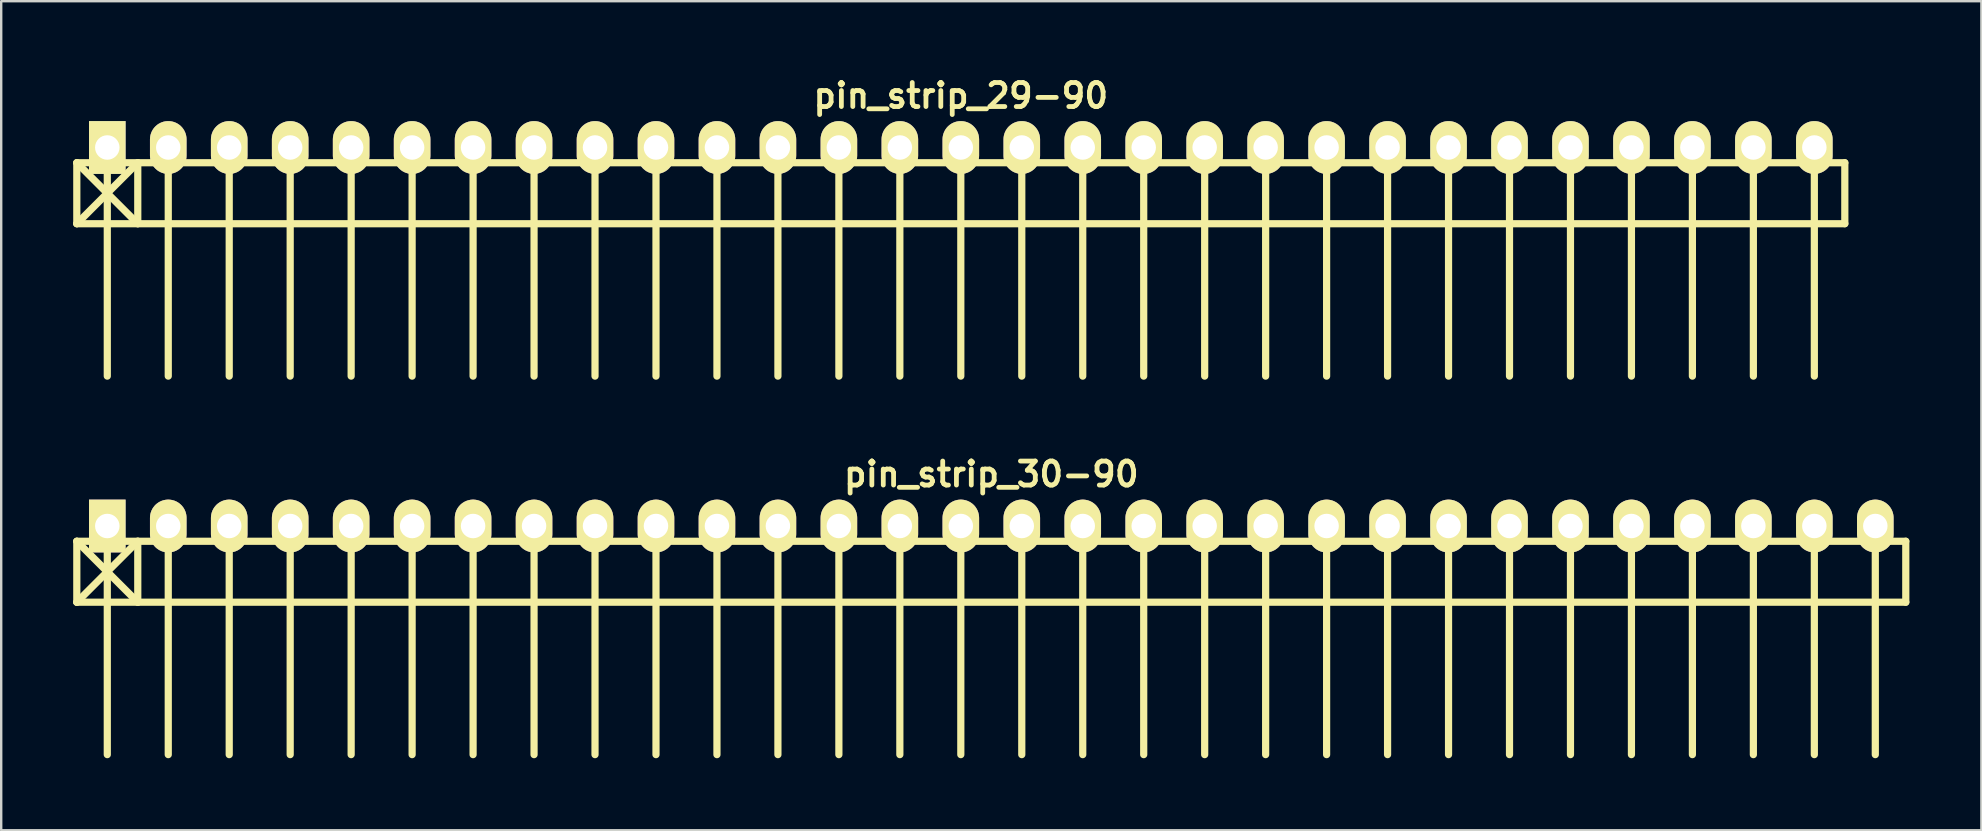
<source format=kicad_pcb>
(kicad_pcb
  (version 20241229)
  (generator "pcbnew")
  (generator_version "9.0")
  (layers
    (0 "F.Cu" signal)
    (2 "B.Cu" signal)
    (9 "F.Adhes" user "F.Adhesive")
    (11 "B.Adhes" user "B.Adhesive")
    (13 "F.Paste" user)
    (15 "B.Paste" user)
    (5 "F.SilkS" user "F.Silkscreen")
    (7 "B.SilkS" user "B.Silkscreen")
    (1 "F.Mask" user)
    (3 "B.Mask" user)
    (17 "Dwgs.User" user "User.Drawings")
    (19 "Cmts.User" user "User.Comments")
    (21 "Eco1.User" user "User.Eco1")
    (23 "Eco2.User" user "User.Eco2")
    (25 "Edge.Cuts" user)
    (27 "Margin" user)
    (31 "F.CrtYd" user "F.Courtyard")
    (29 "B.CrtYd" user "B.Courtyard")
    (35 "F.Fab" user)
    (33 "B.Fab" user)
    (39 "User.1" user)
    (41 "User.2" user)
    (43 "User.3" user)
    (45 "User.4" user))
  (footprint "pin_strip_29-90"
    (layer "F.Cu")
    (at 36.98 3.095)
    (property "Reference" "pin_strip_29-90" (at 0 -2.159 0) (layer "F.SilkS") (effects (font (size 1 1) (thickness 0.2))))
    (attr through_hole)
    (fp_line (start -36.83 0.635) (end 36.83 0.635) (stroke (width 0.3) (type solid)) (layer "F.SilkS"))
    (fp_line (start -36.83 3.175) (end -36.83 0.635) (stroke (width 0.3) (type solid)) (layer "F.SilkS"))
    (fp_line (start -36.83 3.175) (end -34.29 0.635) (stroke (width 0.3) (type solid)) (layer "F.SilkS"))
    (fp_line (start -35.56 0) (end -35.56 9.525) (stroke (width 0.3) (type solid)) (layer "F.SilkS"))
    (fp_line (start -34.29 0.635) (end -34.29 3.175) (stroke (width 0.3) (type solid)) (layer "F.SilkS"))
    (fp_line (start -34.29 3.175) (end -36.83 0.635) (stroke (width 0.3) (type solid)) (layer "F.SilkS"))
    (fp_line (start -33.02 0) (end -33.02 9.525) (stroke (width 0.3) (type solid)) (layer "F.SilkS"))
    (fp_line (start -30.48 9.525) (end -30.48 0) (stroke (width 0.3) (type solid)) (layer "F.SilkS"))
    (fp_line (start -27.94 0) (end -27.94 9.525) (stroke (width 0.3) (type solid)) (layer "F.SilkS"))
    (fp_line (start -25.4 0) (end -25.4 9.525) (stroke (width 0.3) (type solid)) (layer "F.SilkS"))
    (fp_line (start -22.86 0) (end -22.86 9.525) (stroke (width 0.3) (type solid)) (layer "F.SilkS"))
    (fp_line (start -20.32 0) (end -20.32 9.525) (stroke (width 0.3) (type solid)) (layer "F.SilkS"))
    (fp_line (start -17.78 0) (end -17.78 9.525) (stroke (width 0.3) (type solid)) (layer "F.SilkS"))
    (fp_line (start -15.24 0) (end -15.24 9.525) (stroke (width 0.3) (type solid)) (layer "F.SilkS"))
    (fp_line (start -12.7 0) (end -12.7 9.525) (stroke (width 0.3) (type solid)) (layer "F.SilkS"))
    (fp_line (start -10.16 0) (end -10.16 9.525) (stroke (width 0.3) (type solid)) (layer "F.SilkS"))
    (fp_line (start -7.62 0) (end -7.62 9.525) (stroke (width 0.3) (type solid)) (layer "F.SilkS"))
    (fp_line (start -5.08 9.525) (end -5.08 0) (stroke (width 0.3) (type solid)) (layer "F.SilkS"))
    (fp_line (start -2.54 0) (end -2.54 9.525) (stroke (width 0.3) (type solid)) (layer "F.SilkS"))
    (fp_line (start 0 0) (end 0 9.525) (stroke (width 0.3) (type solid)) (layer "F.SilkS"))
    (fp_line (start 2.54 0) (end 2.54 9.525) (stroke (width 0.3) (type solid)) (layer "F.SilkS"))
    (fp_line (start 5.08 0) (end 5.08 9.525) (stroke (width 0.3) (type solid)) (layer "F.SilkS"))
    (fp_line (start 7.62 0) (end 7.62 9.525) (stroke (width 0.3) (type solid)) (layer "F.SilkS"))
    (fp_line (start 10.16 0) (end 10.16 9.525) (stroke (width 0.3) (type solid)) (layer "F.SilkS"))
    (fp_line (start 12.7 0) (end 12.7 9.525) (stroke (width 0.3) (type solid)) (layer "F.SilkS"))
    (fp_line (start 15.24 0) (end 15.24 9.525) (stroke (width 0.3) (type solid)) (layer "F.SilkS"))
    (fp_line (start 17.78 0) (end 17.78 9.525) (stroke (width 0.3) (type solid)) (layer "F.SilkS"))
    (fp_line (start 20.32 9.525) (end 20.32 0) (stroke (width 0.3) (type solid)) (layer "F.SilkS"))
    (fp_line (start 22.86 0) (end 22.86 9.525) (stroke (width 0.3) (type solid)) (layer "F.SilkS"))
    (fp_line (start 25.4 0) (end 25.4 9.525) (stroke (width 0.3) (type solid)) (layer "F.SilkS"))
    (fp_line (start 27.94 0) (end 27.94 9.525) (stroke (width 0.3) (type solid)) (layer "F.SilkS"))
    (fp_line (start 30.48 0) (end 30.48 9.525) (stroke (width 0.3) (type solid)) (layer "F.SilkS"))
    (fp_line (start 33.02 0) (end 33.02 9.525) (stroke (width 0.3) (type solid)) (layer "F.SilkS"))
    (fp_line (start 35.56 0) (end 35.56 9.525) (stroke (width 0.3) (type solid)) (layer "F.SilkS"))
    (fp_line (start 36.83 0.635) (end 36.83 3.175) (stroke (width 0.3) (type solid)) (layer "F.SilkS"))
    (fp_line (start 36.83 3.175) (end -36.83 3.175) (stroke (width 0.3) (type solid)) (layer "F.SilkS"))
    (pad "1" thru_hole rect (at -35.56 0) (size 1.524 2.2) (drill 1.02) (layers "*.Cu" "*.Mask" "F.SilkS"))
    (pad "2" thru_hole oval (at -33.02 0) (size 1.524 2.2) (drill 1.02) (layers "*.Cu" "*.Mask" "F.SilkS"))
    (pad "3" thru_hole oval (at -30.48 0) (size 1.524 2.2) (drill 1.02) (layers "*.Cu" "*.Mask" "F.SilkS"))
    (pad "4" thru_hole oval (at -27.94 0) (size 1.524 2.2) (drill 1.02) (layers "*.Cu" "*.Mask" "F.SilkS"))
    (pad "5" thru_hole oval (at -25.4 0) (size 1.524 2.2) (drill 1.02) (layers "*.Cu" "*.Mask" "F.SilkS"))
    (pad "6" thru_hole oval (at -22.86 0) (size 1.524 2.2) (drill 1.02) (layers "*.Cu" "*.Mask" "F.SilkS"))
    (pad "7" thru_hole oval (at -20.32 0) (size 1.524 2.2) (drill 1.02) (layers "*.Cu" "*.Mask" "F.SilkS"))
    (pad "8" thru_hole oval (at -17.78 0) (size 1.524 2.2) (drill 1.02) (layers "*.Cu" "*.Mask" "F.SilkS"))
    (pad "9" thru_hole oval (at -15.24 0) (size 1.524 2.2) (drill 1.02) (layers "*.Cu" "*.Mask" "F.SilkS"))
    (pad "10" thru_hole oval (at -12.7 0) (size 1.524 2.2) (drill 1.02) (layers "*.Cu" "*.Mask" "F.SilkS"))
    (pad "11" thru_hole oval (at -10.16 0) (size 1.524 2.2) (drill 1.02) (layers "*.Cu" "*.Mask" "F.SilkS"))
    (pad "12" thru_hole oval (at -7.62 0) (size 1.524 2.2) (drill 1.02) (layers "*.Cu" "*.Mask" "F.SilkS"))
    (pad "13" thru_hole oval (at -5.08 0) (size 1.524 2.2) (drill 1.02) (layers "*.Cu" "*.Mask" "F.SilkS"))
    (pad "14" thru_hole oval (at -2.54 0) (size 1.524 2.2) (drill 1.02) (layers "*.Cu" "*.Mask" "F.SilkS"))
    (pad "15" thru_hole oval (at 0 0) (size 1.524 2.2) (drill 1.02) (layers "*.Cu" "*.Mask" "F.SilkS"))
    (pad "16" thru_hole oval (at 2.54 0) (size 1.524 2.2) (drill 1.02) (layers "*.Cu" "*.Mask" "F.SilkS"))
    (pad "17" thru_hole oval (at 5.08 0) (size 1.524 2.2) (drill 1.02) (layers "*.Cu" "*.Mask" "F.SilkS"))
    (pad "18" thru_hole oval (at 7.62 0) (size 1.524 2.2) (drill 1.02) (layers "*.Cu" "*.Mask" "F.SilkS"))
    (pad "19" thru_hole oval (at 10.16 0) (size 1.524 2.2) (drill 1.02) (layers "*.Cu" "*.Mask" "F.SilkS"))
    (pad "20" thru_hole oval (at 12.7 0) (size 1.524 2.2) (drill 1.02) (layers "*.Cu" "*.Mask" "F.SilkS"))
    (pad "21" thru_hole oval (at 15.24 0) (size 1.524 2.2) (drill 1.02) (layers "*.Cu" "*.Mask" "F.SilkS"))
    (pad "22" thru_hole oval (at 17.78 0) (size 1.524 2.2) (drill 1.02) (layers "*.Cu" "*.Mask" "F.SilkS"))
    (pad "23" thru_hole oval (at 20.32 0) (size 1.524 2.2) (drill 1.02) (layers "*.Cu" "*.Mask" "F.SilkS"))
    (pad "24" thru_hole oval (at 22.86 0) (size 1.524 2.2) (drill 1.02) (layers "*.Cu" "*.Mask" "F.SilkS"))
    (pad "25" thru_hole oval (at 25.4 0) (size 1.524 2.2) (drill 1.02) (layers "*.Cu" "*.Mask" "F.SilkS"))
    (pad "26" thru_hole oval (at 27.94 0) (size 1.524 2.2) (drill 1.02) (layers "*.Cu" "*.Mask" "F.SilkS"))
    (pad "27" thru_hole oval (at 30.48 0) (size 1.524 2.2) (drill 1.02) (layers "*.Cu" "*.Mask" "F.SilkS"))
    (pad "28" thru_hole oval (at 33.02 0) (size 1.524 2.2) (drill 1.02) (layers "*.Cu" "*.Mask" "F.SilkS"))
    (pad "29" thru_hole oval (at 35.56 0) (size 1.524 2.2) (drill 1.02) (layers "*.Cu" "*.Mask" "F.SilkS")))
  (footprint "pin_strip_30-90"
    (layer "F.Cu")
    (at 38.25 18.865)
    (property "Reference" "pin_strip_30-90" (at 0 -2.159 0) (layer "F.SilkS") (effects (font (size 1 1) (thickness 0.2))))
    (attr through_hole)
    (fp_line (start -38.1 0.635) (end 38.1 0.635) (stroke (width 0.3) (type solid)) (layer "F.SilkS"))
    (fp_line (start -38.1 3.175) (end -38.1 0.635) (stroke (width 0.3) (type solid)) (layer "F.SilkS"))
    (fp_line (start -38.1 3.175) (end -35.56 0.635) (stroke (width 0.3) (type solid)) (layer "F.SilkS"))
    (fp_line (start -36.83 0) (end -36.83 9.525) (stroke (width 0.3) (type solid)) (layer "F.SilkS"))
    (fp_line (start -35.56 0.635) (end -35.56 3.175) (stroke (width 0.3) (type solid)) (layer "F.SilkS"))
    (fp_line (start -35.56 3.175) (end -38.1 0.635) (stroke (width 0.3) (type solid)) (layer "F.SilkS"))
    (fp_line (start -34.29 0) (end -34.29 9.525) (stroke (width 0.3) (type solid)) (layer "F.SilkS"))
    (fp_line (start -31.75 9.525) (end -31.75 0) (stroke (width 0.3) (type solid)) (layer "F.SilkS"))
    (fp_line (start -29.21 0) (end -29.21 9.525) (stroke (width 0.3) (type solid)) (layer "F.SilkS"))
    (fp_line (start -26.67 0) (end -26.67 9.525) (stroke (width 0.3) (type solid)) (layer "F.SilkS"))
    (fp_line (start -24.13 0) (end -24.13 9.525) (stroke (width 0.3) (type solid)) (layer "F.SilkS"))
    (fp_line (start -21.59 0) (end -21.59 9.525) (stroke (width 0.3) (type solid)) (layer "F.SilkS"))
    (fp_line (start -19.05 0) (end -19.05 9.525) (stroke (width 0.3) (type solid)) (layer "F.SilkS"))
    (fp_line (start -16.51 0) (end -16.51 9.525) (stroke (width 0.3) (type solid)) (layer "F.SilkS"))
    (fp_line (start -13.97 0) (end -13.97 9.525) (stroke (width 0.3) (type solid)) (layer "F.SilkS"))
    (fp_line (start -11.43 0) (end -11.43 9.525) (stroke (width 0.3) (type solid)) (layer "F.SilkS"))
    (fp_line (start -8.89 0) (end -8.89 9.525) (stroke (width 0.3) (type solid)) (layer "F.SilkS"))
    (fp_line (start -6.35 9.525) (end -6.35 0) (stroke (width 0.3) (type solid)) (layer "F.SilkS"))
    (fp_line (start -3.81 0) (end -3.81 9.525) (stroke (width 0.3) (type solid)) (layer "F.SilkS"))
    (fp_line (start -1.27 0) (end -1.27 9.525) (stroke (width 0.3) (type solid)) (layer "F.SilkS"))
    (fp_line (start 1.27 0) (end 1.27 9.525) (stroke (width 0.3) (type solid)) (layer "F.SilkS"))
    (fp_line (start 3.81 0) (end 3.81 9.525) (stroke (width 0.3) (type solid)) (layer "F.SilkS"))
    (fp_line (start 6.35 0) (end 6.35 9.525) (stroke (width 0.3) (type solid)) (layer "F.SilkS"))
    (fp_line (start 8.89 0) (end 8.89 9.525) (stroke (width 0.3) (type solid)) (layer "F.SilkS"))
    (fp_line (start 11.43 0) (end 11.43 9.525) (stroke (width 0.3) (type solid)) (layer "F.SilkS"))
    (fp_line (start 13.97 0) (end 13.97 9.525) (stroke (width 0.3) (type solid)) (layer "F.SilkS"))
    (fp_line (start 16.51 0) (end 16.51 9.525) (stroke (width 0.3) (type solid)) (layer "F.SilkS"))
    (fp_line (start 19.05 9.525) (end 19.05 0) (stroke (width 0.3) (type solid)) (layer "F.SilkS"))
    (fp_line (start 21.59 0) (end 21.59 9.525) (stroke (width 0.3) (type solid)) (layer "F.SilkS"))
    (fp_line (start 24.13 0) (end 24.13 9.525) (stroke (width 0.3) (type solid)) (layer "F.SilkS"))
    (fp_line (start 26.67 0) (end 26.67 9.525) (stroke (width 0.3) (type solid)) (layer "F.SilkS"))
    (fp_line (start 29.21 0) (end 29.21 9.525) (stroke (width 0.3) (type solid)) (layer "F.SilkS"))
    (fp_line (start 31.75 0) (end 31.75 9.525) (stroke (width 0.3) (type solid)) (layer "F.SilkS"))
    (fp_line (start 34.29 0) (end 34.29 9.525) (stroke (width 0.3) (type solid)) (layer "F.SilkS"))
    (fp_line (start 36.83 0) (end 36.83 9.525) (stroke (width 0.3) (type solid)) (layer "F.SilkS"))
    (fp_line (start 38.1 0.635) (end 38.1 3.175) (stroke (width 0.3) (type solid)) (layer "F.SilkS"))
    (fp_line (start 38.1 3.175) (end -38.1 3.175) (stroke (width 0.3) (type solid)) (layer "F.SilkS"))
    (pad "1" thru_hole rect (at -36.83 0) (size 1.524 2.2) (drill 1.02) (layers "*.Cu" "*.Mask" "F.SilkS"))
    (pad "2" thru_hole oval (at -34.29 0) (size 1.524 2.2) (drill 1.02) (layers "*.Cu" "*.Mask" "F.SilkS"))
    (pad "3" thru_hole oval (at -31.75 0) (size 1.524 2.2) (drill 1.02) (layers "*.Cu" "*.Mask" "F.SilkS"))
    (pad "4" thru_hole oval (at -29.21 0) (size 1.524 2.2) (drill 1.02) (layers "*.Cu" "*.Mask" "F.SilkS"))
    (pad "5" thru_hole oval (at -26.67 0) (size 1.524 2.2) (drill 1.02) (layers "*.Cu" "*.Mask" "F.SilkS"))
    (pad "6" thru_hole oval (at -24.13 0) (size 1.524 2.2) (drill 1.02) (layers "*.Cu" "*.Mask" "F.SilkS"))
    (pad "7" thru_hole oval (at -21.59 0) (size 1.524 2.2) (drill 1.02) (layers "*.Cu" "*.Mask" "F.SilkS"))
    (pad "8" thru_hole oval (at -19.05 0) (size 1.524 2.2) (drill 1.02) (layers "*.Cu" "*.Mask" "F.SilkS"))
    (pad "9" thru_hole oval (at -16.51 0) (size 1.524 2.2) (drill 1.02) (layers "*.Cu" "*.Mask" "F.SilkS"))
    (pad "10" thru_hole oval (at -13.97 0) (size 1.524 2.2) (drill 1.02) (layers "*.Cu" "*.Mask" "F.SilkS"))
    (pad "11" thru_hole oval (at -11.43 0) (size 1.524 2.2) (drill 1.02) (layers "*.Cu" "*.Mask" "F.SilkS"))
    (pad "12" thru_hole oval (at -8.89 0) (size 1.524 2.2) (drill 1.02) (layers "*.Cu" "*.Mask" "F.SilkS"))
    (pad "13" thru_hole oval (at -6.35 0) (size 1.524 2.2) (drill 1.02) (layers "*.Cu" "*.Mask" "F.SilkS"))
    (pad "14" thru_hole oval (at -3.81 0) (size 1.524 2.2) (drill 1.02) (layers "*.Cu" "*.Mask" "F.SilkS"))
    (pad "15" thru_hole oval (at -1.27 0) (size 1.524 2.2) (drill 1.02) (layers "*.Cu" "*.Mask" "F.SilkS"))
    (pad "16" thru_hole oval (at 1.27 0) (size 1.524 2.2) (drill 1.02) (layers "*.Cu" "*.Mask" "F.SilkS"))
    (pad "17" thru_hole oval (at 3.81 0) (size 1.524 2.2) (drill 1.02) (layers "*.Cu" "*.Mask" "F.SilkS"))
    (pad "18" thru_hole oval (at 6.35 0) (size 1.524 2.2) (drill 1.02) (layers "*.Cu" "*.Mask" "F.SilkS"))
    (pad "19" thru_hole oval (at 8.89 0) (size 1.524 2.2) (drill 1.02) (layers "*.Cu" "*.Mask" "F.SilkS"))
    (pad "20" thru_hole oval (at 11.43 0) (size 1.524 2.2) (drill 1.02) (layers "*.Cu" "*.Mask" "F.SilkS"))
    (pad "21" thru_hole oval (at 13.97 0) (size 1.524 2.2) (drill 1.02) (layers "*.Cu" "*.Mask" "F.SilkS"))
    (pad "22" thru_hole oval (at 16.51 0) (size 1.524 2.2) (drill 1.02) (layers "*.Cu" "*.Mask" "F.SilkS"))
    (pad "23" thru_hole oval (at 19.05 0) (size 1.524 2.2) (drill 1.02) (layers "*.Cu" "*.Mask" "F.SilkS"))
    (pad "24" thru_hole oval (at 21.59 0) (size 1.524 2.2) (drill 1.02) (layers "*.Cu" "*.Mask" "F.SilkS"))
    (pad "25" thru_hole oval (at 24.13 0) (size 1.524 2.2) (drill 1.02) (layers "*.Cu" "*.Mask" "F.SilkS"))
    (pad "26" thru_hole oval (at 26.67 0) (size 1.524 2.2) (drill 1.02) (layers "*.Cu" "*.Mask" "F.SilkS"))
    (pad "27" thru_hole oval (at 29.21 0) (size 1.524 2.2) (drill 1.02) (layers "*.Cu" "*.Mask" "F.SilkS"))
    (pad "28" thru_hole oval (at 31.75 0) (size 1.524 2.2) (drill 1.02) (layers "*.Cu" "*.Mask" "F.SilkS"))
    (pad "29" thru_hole oval (at 34.29 0) (size 1.524 2.2) (drill 1.02) (layers "*.Cu" "*.Mask" "F.SilkS"))
    (pad "30" thru_hole oval (at 36.83 0) (size 1.524 2.2) (drill 1.02) (layers "*.Cu" "*.Mask" "F.SilkS")))
  (gr_rect
    (start -3 -3)
    (end 79.5 31.54)
    (stroke (width 0.1) (type default))
    (fill no)
    (layer "Edge.Cuts")))
</source>
